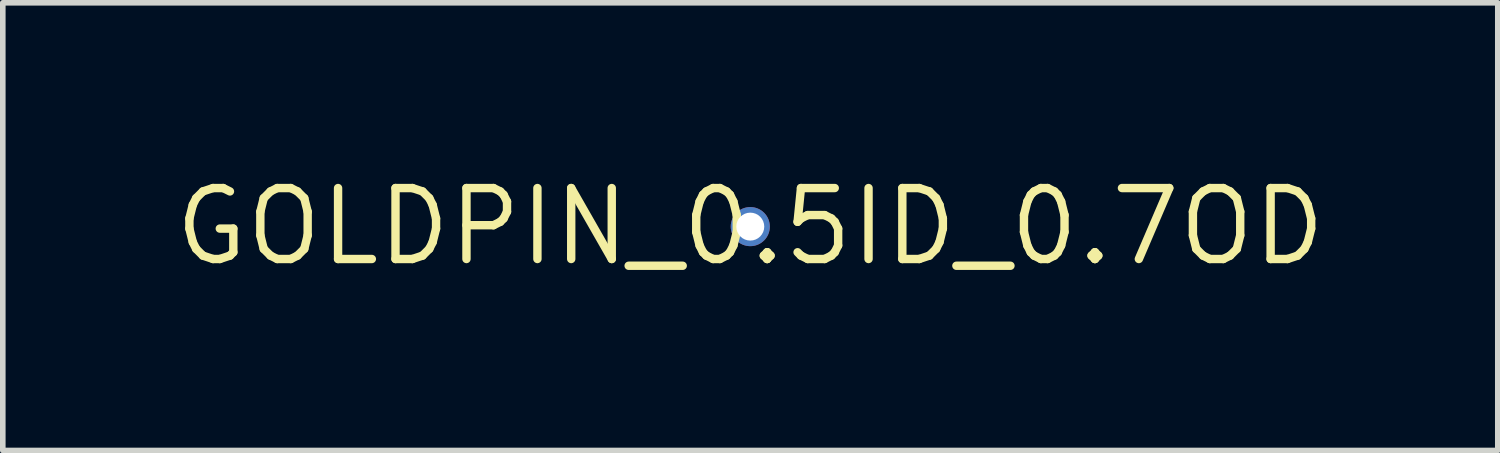
<source format=kicad_pcb>
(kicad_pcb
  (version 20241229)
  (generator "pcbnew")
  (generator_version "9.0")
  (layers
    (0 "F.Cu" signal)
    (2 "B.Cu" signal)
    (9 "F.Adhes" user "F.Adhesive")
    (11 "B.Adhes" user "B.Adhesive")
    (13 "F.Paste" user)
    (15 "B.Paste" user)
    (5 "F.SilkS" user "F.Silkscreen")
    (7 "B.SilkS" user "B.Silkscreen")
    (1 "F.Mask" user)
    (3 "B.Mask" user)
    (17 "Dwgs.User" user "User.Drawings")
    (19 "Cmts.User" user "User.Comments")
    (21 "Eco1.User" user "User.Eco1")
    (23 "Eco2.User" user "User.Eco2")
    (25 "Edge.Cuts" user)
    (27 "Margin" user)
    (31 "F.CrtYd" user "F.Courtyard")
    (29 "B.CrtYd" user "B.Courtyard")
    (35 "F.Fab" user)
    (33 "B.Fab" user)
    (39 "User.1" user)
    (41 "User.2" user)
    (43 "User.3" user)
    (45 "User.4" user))
  (footprint "GOLDPIN_0.5ID_0.7OD"
    (layer "F.Cu")
    (at 10.379 1.006)
    (property "Reference" "GOLDPIN_0.5ID_0.7OD" (at 0 0 0) (layer "F.SilkS") (effects (font (size 1.27 1.27) (thickness 0.15))))
    (attr through_hole)
    (pad "P$1" thru_hole circle (at 0 0) (size 0.7 0.7) (drill 0.5) (layers "*.Cu" "*.Mask")))
  (gr_rect
    (start -3 -3)
    (end 23.758 5.012)
    (stroke (width 0.1) (type default))
    (fill no)
    (layer "Edge.Cuts")))
</source>
